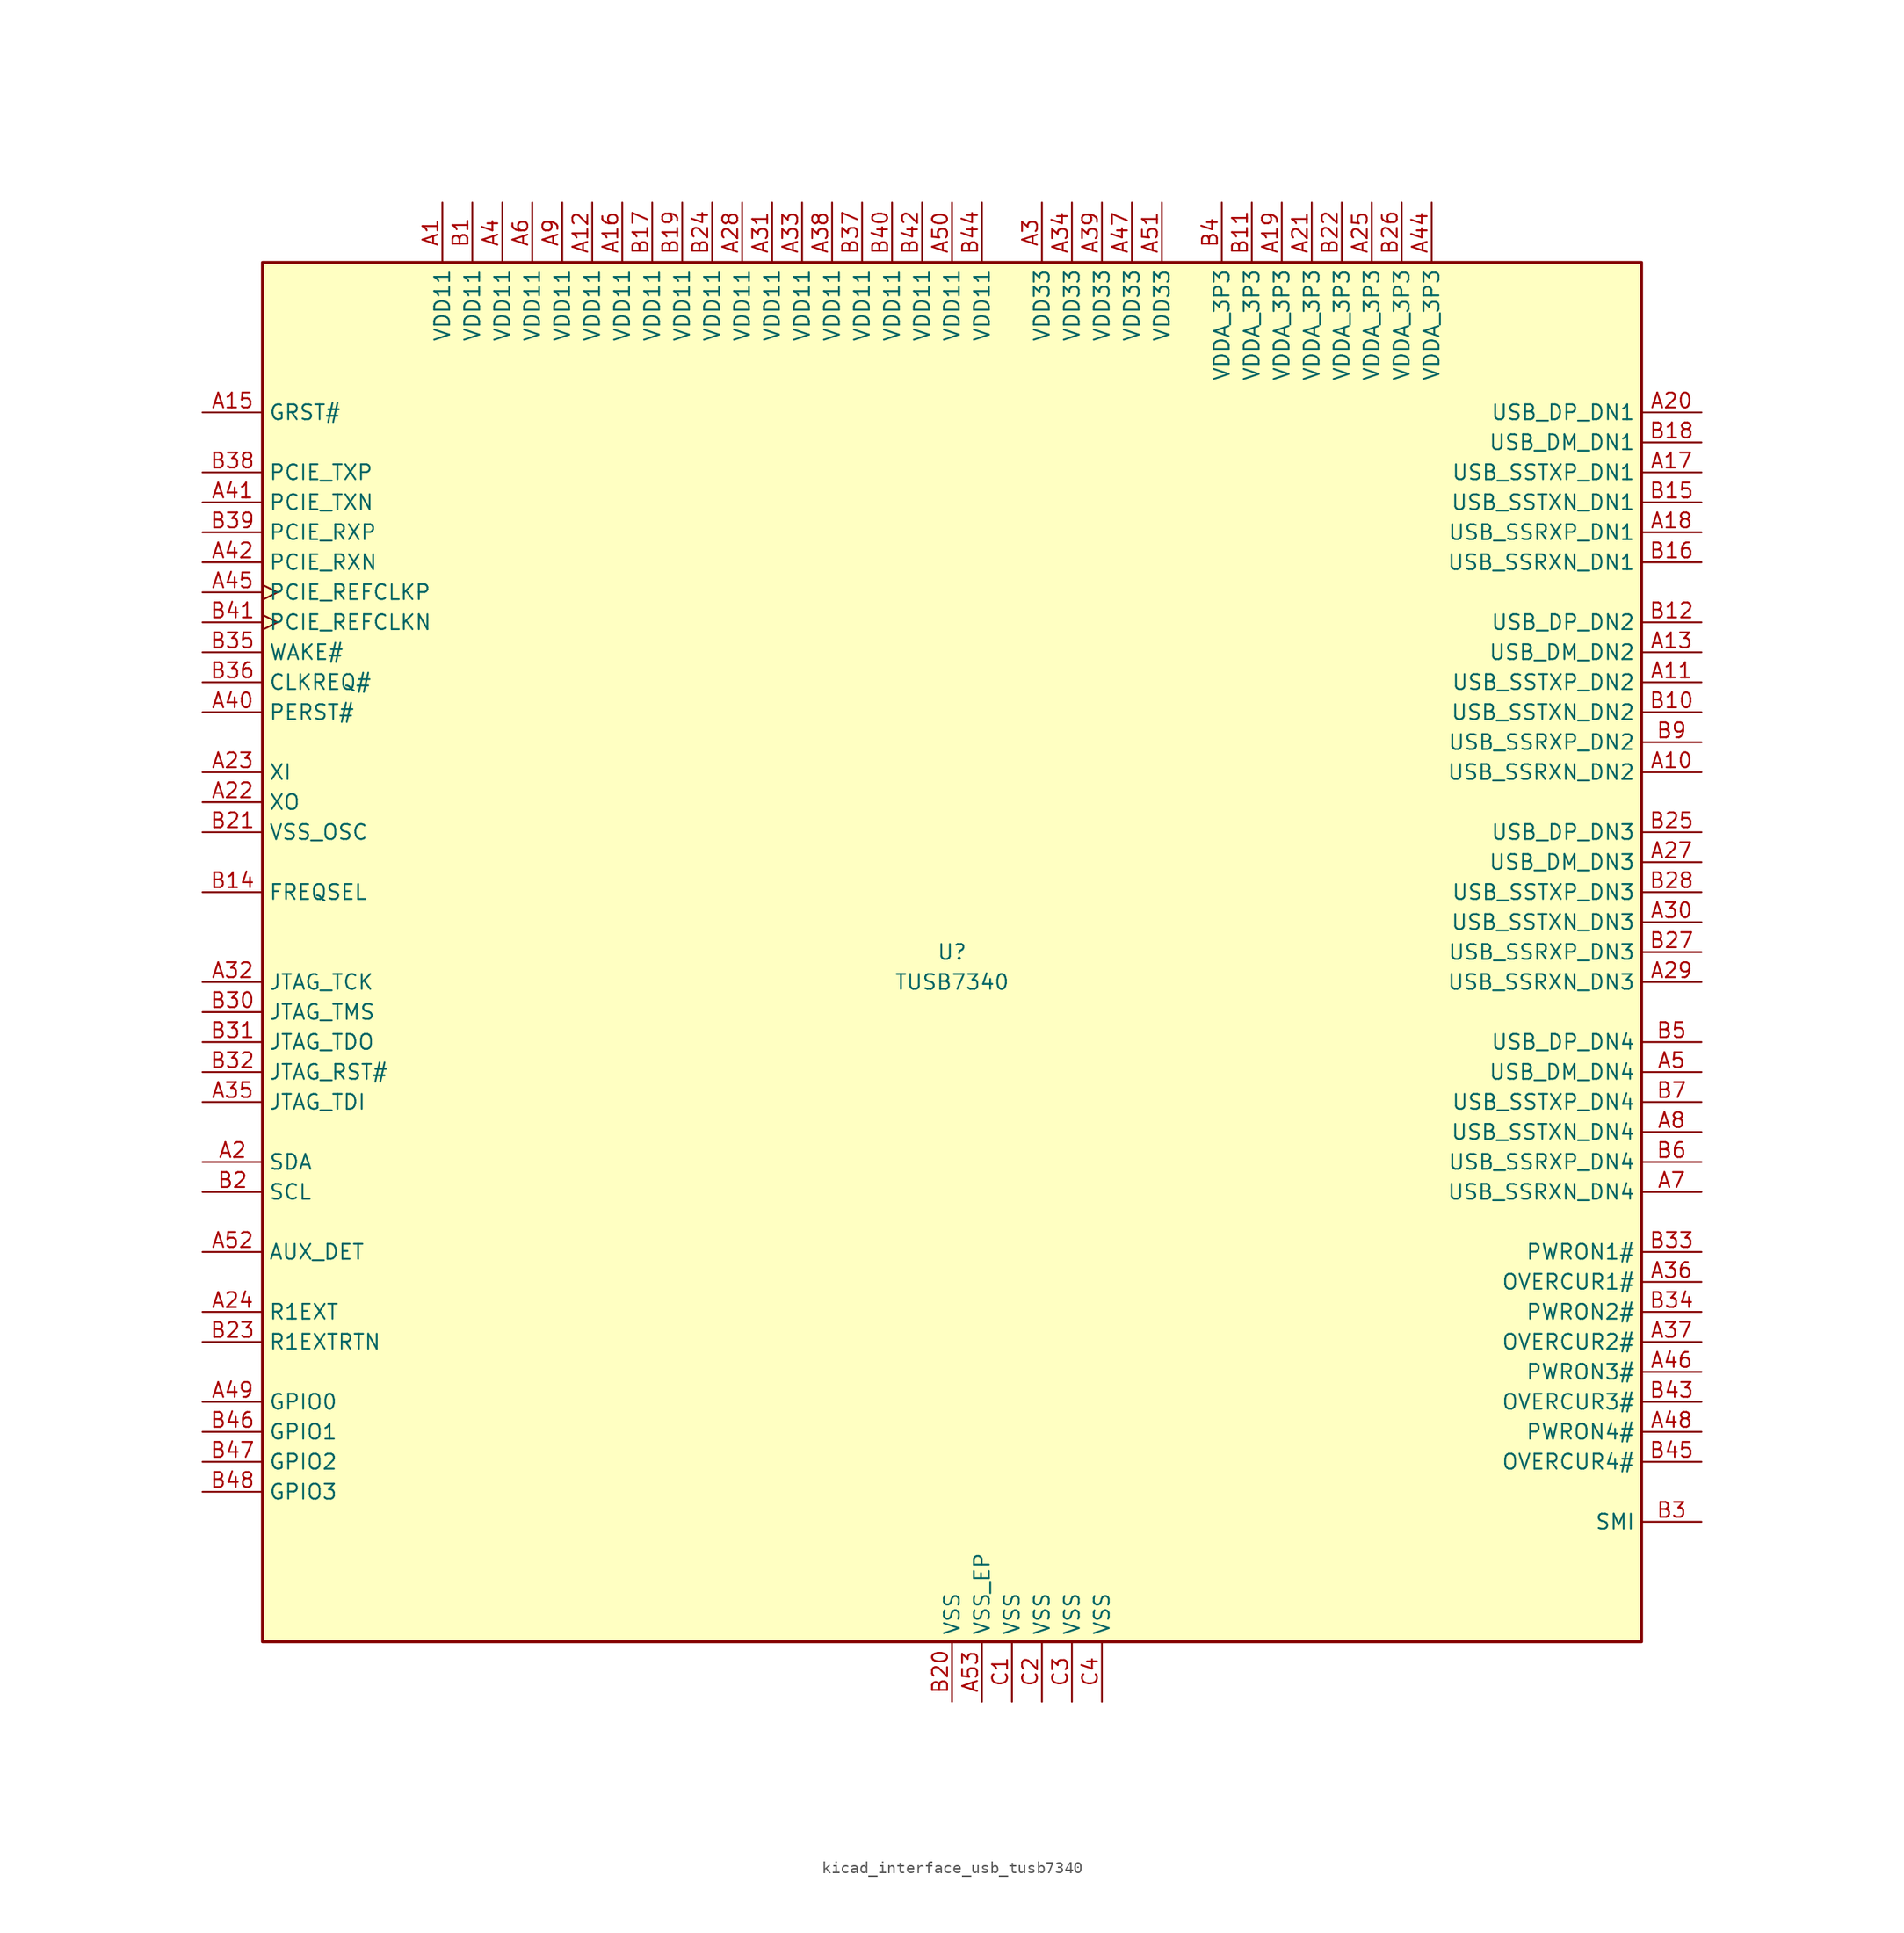
<source format=kicad_sym>
(kicad_symbol_lib
  (version 20220914)
  (generator kicad_symbol_editor)
  (symbol "kicad_interface_usb_tusb7340"
    (property "Reference" "U"
      (at 0 0 0)
      (effects (font (size 1.27 1.27))))
    (property "Value" "TUSB7340"
      (at 0 -2.54 0)
      (effects (font (size 1.27 1.27))))
    (symbol "kicad_interface_usb_tusb7340_0_1"
      (rectangle (start 58.42 58.42) (end -58.42 -58.42) (stroke (width 0.254) (type default)) (fill (type background))))
    (symbol "kicad_interface_usb_tusb7340_1_1"
      (pin power_in line (at -43.18 63.5 270) (length 5.08) (name "VDD11" (effects (font (size 1.27 1.27)))) (number "A1" (effects (font (size 1.27 1.27)))))
      (pin input line (at 63.5 15.24 180) (length 5.08) (name "USB_SSRXN_DN2" (effects (font (size 1.27 1.27)))) (number "A10" (effects (font (size 1.27 1.27)))))
      (pin output line (at 63.5 22.86 180) (length 5.08) (name "USB_SSTXP_DN2" (effects (font (size 1.27 1.27)))) (number "A11" (effects (font (size 1.27 1.27)))))
      (pin power_in line (at -30.48 63.5 270) (length 5.08) (name "VDD11" (effects (font (size 1.27 1.27)))) (number "A12" (effects (font (size 1.27 1.27)))))
      (pin bidirectional line (at 63.5 25.4 180) (length 5.08) (name "USB_DM_DN2" (effects (font (size 1.27 1.27)))) (number "A13" (effects (font (size 1.27 1.27)))))
      (pin no_connect line (at -17.78 -58.42 90) (length 5.08) hide (name "NC" (effects (font (size 1.27 1.27)))) (number "A14" (effects (font (size 1.27 1.27)))))
      (pin input line (at -63.5 45.72 0) (length 5.08) (name "GRST#" (effects (font (size 1.27 1.27)))) (number "A15" (effects (font (size 1.27 1.27)))))
      (pin power_in line (at -27.94 63.5 270) (length 5.08) (name "VDD11" (effects (font (size 1.27 1.27)))) (number "A16" (effects (font (size 1.27 1.27)))))
      (pin output line (at 63.5 40.64 180) (length 5.08) (name "USB_SSTXP_DN1" (effects (font (size 1.27 1.27)))) (number "A17" (effects (font (size 1.27 1.27)))))
      (pin input line (at 63.5 35.56 180) (length 5.08) (name "USB_SSRXP_DN1" (effects (font (size 1.27 1.27)))) (number "A18" (effects (font (size 1.27 1.27)))))
      (pin power_in line (at 27.94 63.5 270) (length 5.08) (name "VDDA_3P3" (effects (font (size 1.27 1.27)))) (number "A19" (effects (font (size 1.27 1.27)))))
      (pin bidirectional line (at -63.5 -17.78 0) (length 5.08) (name "SDA" (effects (font (size 1.27 1.27)))) (number "A2" (effects (font (size 1.27 1.27)))))
      (pin bidirectional line (at 63.5 45.72 180) (length 5.08) (name "USB_DP_DN1" (effects (font (size 1.27 1.27)))) (number "A20" (effects (font (size 1.27 1.27)))))
      (pin power_in line (at 30.48 63.5 270) (length 5.08) (name "VDDA_3P3" (effects (font (size 1.27 1.27)))) (number "A21" (effects (font (size 1.27 1.27)))))
      (pin output line (at -63.5 12.7 0) (length 5.08) (name "XO" (effects (font (size 1.27 1.27)))) (number "A22" (effects (font (size 1.27 1.27)))))
      (pin input line (at -63.5 15.24 0) (length 5.08) (name "XI" (effects (font (size 1.27 1.27)))) (number "A23" (effects (font (size 1.27 1.27)))))
      (pin bidirectional line (at -63.5 -30.48 0) (length 5.08) (name "R1EXT" (effects (font (size 1.27 1.27)))) (number "A24" (effects (font (size 1.27 1.27)))))
      (pin power_in line (at 35.56 63.5 270) (length 5.08) (name "VDDA_3P3" (effects (font (size 1.27 1.27)))) (number "A25" (effects (font (size 1.27 1.27)))))
      (pin no_connect line (at -15.24 -58.42 90) (length 5.08) hide (name "NC" (effects (font (size 1.27 1.27)))) (number "A26" (effects (font (size 1.27 1.27)))))
      (pin bidirectional line (at 63.5 7.62 180) (length 5.08) (name "USB_DM_DN3" (effects (font (size 1.27 1.27)))) (number "A27" (effects (font (size 1.27 1.27)))))
      (pin power_in line (at -17.78 63.5 270) (length 5.08) (name "VDD11" (effects (font (size 1.27 1.27)))) (number "A28" (effects (font (size 1.27 1.27)))))
      (pin input line (at 63.5 -2.54 180) (length 5.08) (name "USB_SSRXN_DN3" (effects (font (size 1.27 1.27)))) (number "A29" (effects (font (size 1.27 1.27)))))
      (pin power_in line (at 7.62 63.5 270) (length 5.08) (name "VDD33" (effects (font (size 1.27 1.27)))) (number "A3" (effects (font (size 1.27 1.27)))))
      (pin output line (at 63.5 2.54 180) (length 5.08) (name "USB_SSTXN_DN3" (effects (font (size 1.27 1.27)))) (number "A30" (effects (font (size 1.27 1.27)))))
      (pin power_in line (at -15.24 63.5 270) (length 5.08) (name "VDD11" (effects (font (size 1.27 1.27)))) (number "A31" (effects (font (size 1.27 1.27)))))
      (pin input line (at -63.5 -2.54 0) (length 5.08) (name "JTAG_TCK" (effects (font (size 1.27 1.27)))) (number "A32" (effects (font (size 1.27 1.27)))))
      (pin power_in line (at -12.7 63.5 270) (length 5.08) (name "VDD11" (effects (font (size 1.27 1.27)))) (number "A33" (effects (font (size 1.27 1.27)))))
      (pin power_in line (at 10.16 63.5 270) (length 5.08) (name "VDD33" (effects (font (size 1.27 1.27)))) (number "A34" (effects (font (size 1.27 1.27)))))
      (pin input line (at -63.5 -12.7 0) (length 5.08) (name "JTAG_TDI" (effects (font (size 1.27 1.27)))) (number "A35" (effects (font (size 1.27 1.27)))))
      (pin input line (at 63.5 -27.94 180) (length 5.08) (name "OVERCUR1#" (effects (font (size 1.27 1.27)))) (number "A36" (effects (font (size 1.27 1.27)))))
      (pin input line (at 63.5 -33.02 180) (length 5.08) (name "OVERCUR2#" (effects (font (size 1.27 1.27)))) (number "A37" (effects (font (size 1.27 1.27)))))
      (pin power_in line (at -10.16 63.5 270) (length 5.08) (name "VDD11" (effects (font (size 1.27 1.27)))) (number "A38" (effects (font (size 1.27 1.27)))))
      (pin power_in line (at 12.7 63.5 270) (length 5.08) (name "VDD33" (effects (font (size 1.27 1.27)))) (number "A39" (effects (font (size 1.27 1.27)))))
      (pin power_in line (at -38.1 63.5 270) (length 5.08) (name "VDD11" (effects (font (size 1.27 1.27)))) (number "A4" (effects (font (size 1.27 1.27)))))
      (pin input line (at -63.5 20.32 0) (length 5.08) (name "PERST#" (effects (font (size 1.27 1.27)))) (number "A40" (effects (font (size 1.27 1.27)))))
      (pin output line (at -63.5 38.1 0) (length 5.08) (name "PCIE_TXN" (effects (font (size 1.27 1.27)))) (number "A41" (effects (font (size 1.27 1.27)))))
      (pin input line (at -63.5 33.02 0) (length 5.08) (name "PCIE_RXN" (effects (font (size 1.27 1.27)))) (number "A42" (effects (font (size 1.27 1.27)))))
      (pin no_connect line (at -10.16 -58.42 90) (length 5.08) hide (name "NC" (effects (font (size 1.27 1.27)))) (number "A43" (effects (font (size 1.27 1.27)))))
      (pin power_in line (at 40.64 63.5 270) (length 5.08) (name "VDDA_3P3" (effects (font (size 1.27 1.27)))) (number "A44" (effects (font (size 1.27 1.27)))))
      (pin input clock (at -63.5 30.48 0) (length 5.08) (name "PCIE_REFCLKP" (effects (font (size 1.27 1.27)))) (number "A45" (effects (font (size 1.27 1.27)))))
      (pin output line (at 63.5 -35.56 180) (length 5.08) (name "PWRON3#" (effects (font (size 1.27 1.27)))) (number "A46" (effects (font (size 1.27 1.27)))))
      (pin power_in line (at 15.24 63.5 270) (length 5.08) (name "VDD33" (effects (font (size 1.27 1.27)))) (number "A47" (effects (font (size 1.27 1.27)))))
      (pin output line (at 63.5 -40.64 180) (length 5.08) (name "PWRON4#" (effects (font (size 1.27 1.27)))) (number "A48" (effects (font (size 1.27 1.27)))))
      (pin bidirectional line (at -63.5 -38.1 0) (length 5.08) (name "GPIO0" (effects (font (size 1.27 1.27)))) (number "A49" (effects (font (size 1.27 1.27)))))
      (pin bidirectional line (at 63.5 -10.16 180) (length 5.08) (name "USB_DM_DN4" (effects (font (size 1.27 1.27)))) (number "A5" (effects (font (size 1.27 1.27)))))
      (pin power_in line (at 0 63.5 270) (length 5.08) (name "VDD11" (effects (font (size 1.27 1.27)))) (number "A50" (effects (font (size 1.27 1.27)))))
      (pin power_in line (at 17.78 63.5 270) (length 5.08) (name "VDD33" (effects (font (size 1.27 1.27)))) (number "A51" (effects (font (size 1.27 1.27)))))
      (pin input line (at -63.5 -25.4 0) (length 5.08) (name "AUX_DET" (effects (font (size 1.27 1.27)))) (number "A52" (effects (font (size 1.27 1.27)))))
      (pin power_in line (at 2.54 -63.5 90) (length 5.08) (name "VSS_EP" (effects (font (size 1.27 1.27)))) (number "A53" (effects (font (size 1.27 1.27)))))
      (pin power_in line (at -35.56 63.5 270) (length 5.08) (name "VDD11" (effects (font (size 1.27 1.27)))) (number "A6" (effects (font (size 1.27 1.27)))))
      (pin input line (at 63.5 -20.32 180) (length 5.08) (name "USB_SSRXN_DN4" (effects (font (size 1.27 1.27)))) (number "A7" (effects (font (size 1.27 1.27)))))
      (pin input line (at 63.5 -15.24 180) (length 5.08) (name "USB_SSTXN_DN4" (effects (font (size 1.27 1.27)))) (number "A8" (effects (font (size 1.27 1.27)))))
      (pin power_in line (at -33.02 63.5 270) (length 5.08) (name "VDD11" (effects (font (size 1.27 1.27)))) (number "A9" (effects (font (size 1.27 1.27)))))
      (pin power_in line (at -40.64 63.5 270) (length 5.08) (name "VDD11" (effects (font (size 1.27 1.27)))) (number "B1" (effects (font (size 1.27 1.27)))))
      (pin output line (at 63.5 20.32 180) (length 5.08) (name "USB_SSTXN_DN2" (effects (font (size 1.27 1.27)))) (number "B10" (effects (font (size 1.27 1.27)))))
      (pin power_in line (at 25.4 63.5 270) (length 5.08) (name "VDDA_3P3" (effects (font (size 1.27 1.27)))) (number "B11" (effects (font (size 1.27 1.27)))))
      (pin bidirectional line (at 63.5 27.94 180) (length 5.08) (name "USB_DP_DN2" (effects (font (size 1.27 1.27)))) (number "B12" (effects (font (size 1.27 1.27)))))
      (pin no_connect line (at -20.32 -58.42 90) (length 5.08) hide (name "NC" (effects (font (size 1.27 1.27)))) (number "B13" (effects (font (size 1.27 1.27)))))
      (pin input line (at -63.5 5.08 0) (length 5.08) (name "FREQSEL" (effects (font (size 1.27 1.27)))) (number "B14" (effects (font (size 1.27 1.27)))))
      (pin output line (at 63.5 38.1 180) (length 5.08) (name "USB_SSTXN_DN1" (effects (font (size 1.27 1.27)))) (number "B15" (effects (font (size 1.27 1.27)))))
      (pin input line (at 63.5 33.02 180) (length 5.08) (name "USB_SSRXN_DN1" (effects (font (size 1.27 1.27)))) (number "B16" (effects (font (size 1.27 1.27)))))
      (pin power_in line (at -25.4 63.5 270) (length 5.08) (name "VDD11" (effects (font (size 1.27 1.27)))) (number "B17" (effects (font (size 1.27 1.27)))))
      (pin bidirectional line (at 63.5 43.18 180) (length 5.08) (name "USB_DM_DN1" (effects (font (size 1.27 1.27)))) (number "B18" (effects (font (size 1.27 1.27)))))
      (pin power_in line (at -22.86 63.5 270) (length 5.08) (name "VDD11" (effects (font (size 1.27 1.27)))) (number "B19" (effects (font (size 1.27 1.27)))))
      (pin bidirectional line (at -63.5 -20.32 0) (length 5.08) (name "SCL" (effects (font (size 1.27 1.27)))) (number "B2" (effects (font (size 1.27 1.27)))))
      (pin power_in line (at 0 -63.5 90) (length 5.08) (name "VSS" (effects (font (size 1.27 1.27)))) (number "B20" (effects (font (size 1.27 1.27)))))
      (pin input line (at -63.5 10.16 0) (length 5.08) (name "VSS_OSC" (effects (font (size 1.27 1.27)))) (number "B21" (effects (font (size 1.27 1.27)))))
      (pin power_in line (at 33.02 63.5 270) (length 5.08) (name "VDDA_3P3" (effects (font (size 1.27 1.27)))) (number "B22" (effects (font (size 1.27 1.27)))))
      (pin bidirectional line (at -63.5 -33.02 0) (length 5.08) (name "R1EXTRTN" (effects (font (size 1.27 1.27)))) (number "B23" (effects (font (size 1.27 1.27)))))
      (pin power_in line (at -20.32 63.5 270) (length 5.08) (name "VDD11" (effects (font (size 1.27 1.27)))) (number "B24" (effects (font (size 1.27 1.27)))))
      (pin bidirectional line (at 63.5 10.16 180) (length 5.08) (name "USB_DP_DN3" (effects (font (size 1.27 1.27)))) (number "B25" (effects (font (size 1.27 1.27)))))
      (pin power_in line (at 38.1 63.5 270) (length 5.08) (name "VDDA_3P3" (effects (font (size 1.27 1.27)))) (number "B26" (effects (font (size 1.27 1.27)))))
      (pin input line (at 63.5 0 180) (length 5.08) (name "USB_SSRXP_DN3" (effects (font (size 1.27 1.27)))) (number "B27" (effects (font (size 1.27 1.27)))))
      (pin output line (at 63.5 5.08 180) (length 5.08) (name "USB_SSTXP_DN3" (effects (font (size 1.27 1.27)))) (number "B28" (effects (font (size 1.27 1.27)))))
      (pin no_connect line (at -12.7 -58.42 90) (length 5.08) hide (name "NC" (effects (font (size 1.27 1.27)))) (number "B29" (effects (font (size 1.27 1.27)))))
      (pin output line (at 63.5 -48.26 180) (length 5.08) (name "SMI" (effects (font (size 1.27 1.27)))) (number "B3" (effects (font (size 1.27 1.27)))))
      (pin input line (at -63.5 -5.08 0) (length 5.08) (name "JTAG_TMS" (effects (font (size 1.27 1.27)))) (number "B30" (effects (font (size 1.27 1.27)))))
      (pin output line (at -63.5 -7.62 0) (length 5.08) (name "JTAG_TDO" (effects (font (size 1.27 1.27)))) (number "B31" (effects (font (size 1.27 1.27)))))
      (pin input line (at -63.5 -10.16 0) (length 5.08) (name "JTAG_RST#" (effects (font (size 1.27 1.27)))) (number "B32" (effects (font (size 1.27 1.27)))))
      (pin output line (at 63.5 -25.4 180) (length 5.08) (name "PWRON1#" (effects (font (size 1.27 1.27)))) (number "B33" (effects (font (size 1.27 1.27)))))
      (pin output line (at 63.5 -30.48 180) (length 5.08) (name "PWRON2#" (effects (font (size 1.27 1.27)))) (number "B34" (effects (font (size 1.27 1.27)))))
      (pin output line (at -63.5 25.4 0) (length 5.08) (name "WAKE#" (effects (font (size 1.27 1.27)))) (number "B35" (effects (font (size 1.27 1.27)))))
      (pin input line (at -63.5 22.86 0) (length 5.08) (name "CLKREQ#" (effects (font (size 1.27 1.27)))) (number "B36" (effects (font (size 1.27 1.27)))))
      (pin power_in line (at -7.62 63.5 270) (length 5.08) (name "VDD11" (effects (font (size 1.27 1.27)))) (number "B37" (effects (font (size 1.27 1.27)))))
      (pin output line (at -63.5 40.64 0) (length 5.08) (name "PCIE_TXP" (effects (font (size 1.27 1.27)))) (number "B38" (effects (font (size 1.27 1.27)))))
      (pin input line (at -63.5 35.56 0) (length 5.08) (name "PCIE_RXP" (effects (font (size 1.27 1.27)))) (number "B39" (effects (font (size 1.27 1.27)))))
      (pin power_in line (at 22.86 63.5 270) (length 5.08) (name "VDDA_3P3" (effects (font (size 1.27 1.27)))) (number "B4" (effects (font (size 1.27 1.27)))))
      (pin power_in line (at -5.08 63.5 270) (length 5.08) (name "VDD11" (effects (font (size 1.27 1.27)))) (number "B40" (effects (font (size 1.27 1.27)))))
      (pin input clock (at -63.5 27.94 0) (length 5.08) (name "PCIE_REFCLKN" (effects (font (size 1.27 1.27)))) (number "B41" (effects (font (size 1.27 1.27)))))
      (pin power_in line (at -2.54 63.5 270) (length 5.08) (name "VDD11" (effects (font (size 1.27 1.27)))) (number "B42" (effects (font (size 1.27 1.27)))))
      (pin input line (at 63.5 -38.1 180) (length 5.08) (name "OVERCUR3#" (effects (font (size 1.27 1.27)))) (number "B43" (effects (font (size 1.27 1.27)))))
      (pin power_in line (at 2.54 63.5 270) (length 5.08) (name "VDD11" (effects (font (size 1.27 1.27)))) (number "B44" (effects (font (size 1.27 1.27)))))
      (pin input line (at 63.5 -43.18 180) (length 5.08) (name "OVERCUR4#" (effects (font (size 1.27 1.27)))) (number "B45" (effects (font (size 1.27 1.27)))))
      (pin bidirectional line (at -63.5 -40.64 0) (length 5.08) (name "GPIO1" (effects (font (size 1.27 1.27)))) (number "B46" (effects (font (size 1.27 1.27)))))
      (pin bidirectional line (at -63.5 -43.18 0) (length 5.08) (name "GPIO2" (effects (font (size 1.27 1.27)))) (number "B47" (effects (font (size 1.27 1.27)))))
      (pin bidirectional line (at -63.5 -45.72 0) (length 5.08) (name "GPIO3" (effects (font (size 1.27 1.27)))) (number "B48" (effects (font (size 1.27 1.27)))))
      (pin bidirectional line (at 63.5 -7.62 180) (length 5.08) (name "USB_DP_DN4" (effects (font (size 1.27 1.27)))) (number "B5" (effects (font (size 1.27 1.27)))))
      (pin input line (at 63.5 -17.78 180) (length 5.08) (name "USB_SSRXP_DN4" (effects (font (size 1.27 1.27)))) (number "B6" (effects (font (size 1.27 1.27)))))
      (pin input line (at 63.5 -12.7 180) (length 5.08) (name "USB_SSTXP_DN4" (effects (font (size 1.27 1.27)))) (number "B7" (effects (font (size 1.27 1.27)))))
      (pin no_connect line (at -22.86 -58.42 90) (length 5.08) hide (name "NC" (effects (font (size 1.27 1.27)))) (number "B8" (effects (font (size 1.27 1.27)))))
      (pin input line (at 63.5 17.78 180) (length 5.08) (name "USB_SSRXP_DN2" (effects (font (size 1.27 1.27)))) (number "B9" (effects (font (size 1.27 1.27)))))
      (pin power_in line (at 5.08 -63.5 90) (length 5.08) (name "VSS" (effects (font (size 1.27 1.27)))) (number "C1" (effects (font (size 1.27 1.27)))))
      (pin power_in line (at 7.62 -63.5 90) (length 5.08) (name "VSS" (effects (font (size 1.27 1.27)))) (number "C2" (effects (font (size 1.27 1.27)))))
      (pin power_in line (at 10.16 -63.5 90) (length 5.08) (name "VSS" (effects (font (size 1.27 1.27)))) (number "C3" (effects (font (size 1.27 1.27)))))
      (pin power_in line (at 12.7 -63.5 90) (length 5.08) (name "VSS" (effects (font (size 1.27 1.27)))) (number "C4" (effects (font (size 1.27 1.27))))))))
</source>
